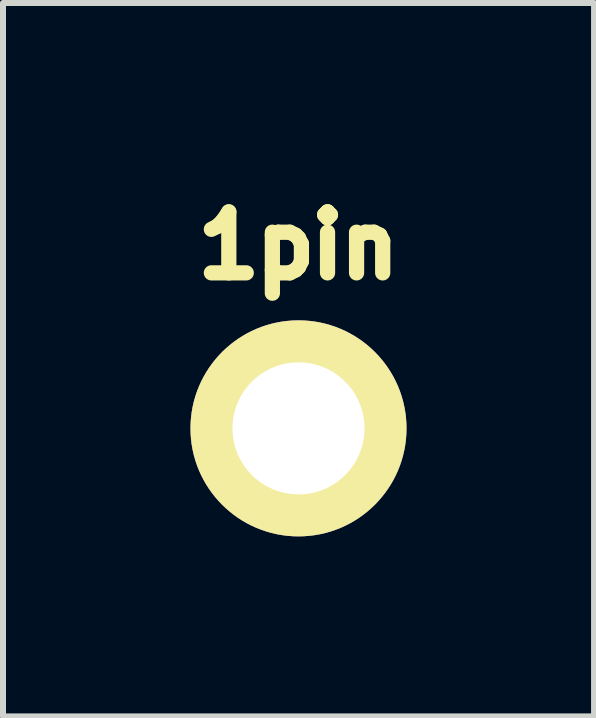
<source format=kicad_pcb>
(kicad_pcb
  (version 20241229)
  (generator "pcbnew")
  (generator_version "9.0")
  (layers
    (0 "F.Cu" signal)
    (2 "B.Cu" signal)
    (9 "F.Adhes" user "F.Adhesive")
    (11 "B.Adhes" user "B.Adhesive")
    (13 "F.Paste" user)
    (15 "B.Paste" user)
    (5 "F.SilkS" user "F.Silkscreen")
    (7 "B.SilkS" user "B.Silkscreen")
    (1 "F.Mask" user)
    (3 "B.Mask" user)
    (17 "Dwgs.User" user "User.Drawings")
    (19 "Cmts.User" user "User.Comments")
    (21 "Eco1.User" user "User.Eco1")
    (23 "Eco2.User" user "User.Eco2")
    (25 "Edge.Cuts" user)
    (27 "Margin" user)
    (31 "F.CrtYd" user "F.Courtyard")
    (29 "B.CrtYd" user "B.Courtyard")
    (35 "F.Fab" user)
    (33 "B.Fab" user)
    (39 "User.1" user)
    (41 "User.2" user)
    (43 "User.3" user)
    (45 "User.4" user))
  (footprint "1pin"
    (layer "F.Cu")
    (at 1.924 4.088)
    (property "Reference" "1pin" (at 0 -3.048 0) (layer "F.SilkS") (effects (font (size 1.016 1.016) (thickness 0.254))))
    (attr through_hole)
    (pad "" np_thru_hole circle (at 0 0) (size 3.6 3.6) (drill 2.2) (layers "*.Cu" "*.Mask" "F.SilkS")))
  (gr_rect
    (start -3 -3)
    (end 6.849 8.888)
    (stroke (width 0.1) (type default))
    (fill no)
    (layer "Edge.Cuts")))
</source>
